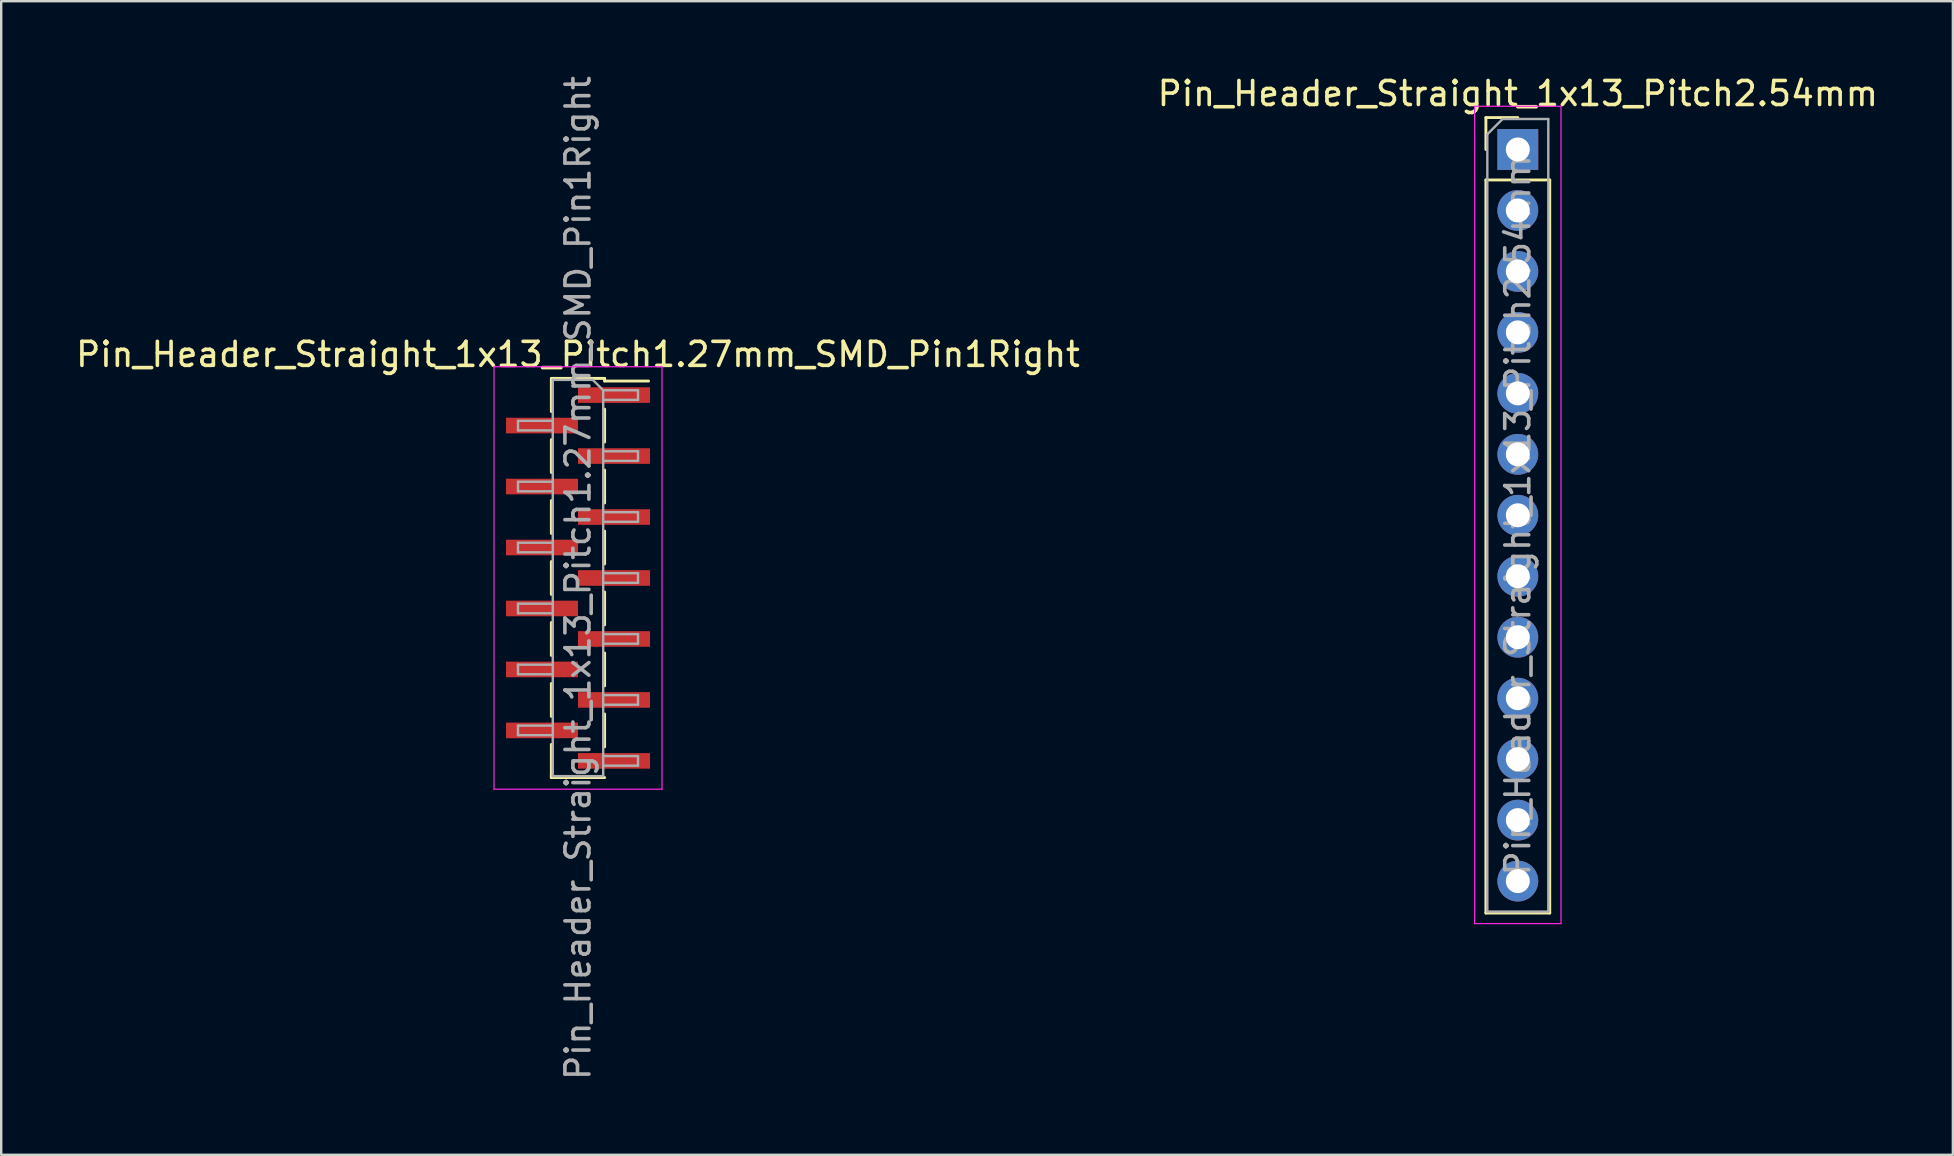
<source format=kicad_pcb>
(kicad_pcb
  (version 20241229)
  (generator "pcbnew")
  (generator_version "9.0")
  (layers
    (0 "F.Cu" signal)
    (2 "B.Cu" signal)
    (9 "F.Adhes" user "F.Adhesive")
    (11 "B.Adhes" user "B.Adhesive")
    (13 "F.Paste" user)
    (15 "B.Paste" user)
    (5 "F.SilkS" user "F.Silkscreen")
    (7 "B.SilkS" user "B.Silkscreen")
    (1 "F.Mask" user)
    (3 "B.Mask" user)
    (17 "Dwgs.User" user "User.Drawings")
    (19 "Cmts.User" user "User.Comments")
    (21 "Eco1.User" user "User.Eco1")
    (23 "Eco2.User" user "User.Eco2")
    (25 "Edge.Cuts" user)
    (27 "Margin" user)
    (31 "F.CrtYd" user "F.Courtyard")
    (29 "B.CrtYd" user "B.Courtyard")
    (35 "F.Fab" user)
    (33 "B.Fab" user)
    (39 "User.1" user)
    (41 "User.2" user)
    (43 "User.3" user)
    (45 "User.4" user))
  (footprint "Pin_Header_Straight_1x13_Pitch1.27mm_SMD_Pin1Right"
    (layer "F.Cu")
    (at 21.03 21.03)
    (property "Reference" "Pin_Header_Straight_1x13_Pitch1.27mm_SMD_Pin1Right" (at 0 -9.315 0) (layer "F.SilkS") (effects (font (size 1 1) (thickness 0.15))))
    (attr smd)
    (fp_line (start -1.11 -8.315) (end 1.11 -8.315) (stroke (width 0.12) (type solid)) (layer "F.SilkS"))
    (fp_line (start -1.11 -8.305) (end -1.11 -6.935) (stroke (width 0.12) (type solid)) (layer "F.SilkS"))
    (fp_line (start -1.11 -5.765) (end -1.11 -4.395) (stroke (width 0.12) (type solid)) (layer "F.SilkS"))
    (fp_line (start -1.11 -3.225) (end -1.11 -1.855) (stroke (width 0.12) (type solid)) (layer "F.SilkS"))
    (fp_line (start -1.11 -0.685) (end -1.11 0.685) (stroke (width 0.12) (type solid)) (layer "F.SilkS"))
    (fp_line (start -1.11 1.855) (end -1.11 3.225) (stroke (width 0.12) (type solid)) (layer "F.SilkS"))
    (fp_line (start -1.11 4.395) (end -1.11 5.765) (stroke (width 0.12) (type solid)) (layer "F.SilkS"))
    (fp_line (start -1.11 6.935) (end -1.11 8.305) (stroke (width 0.12) (type solid)) (layer "F.SilkS"))
    (fp_line (start -1.11 8.205) (end -1.11 8.315) (stroke (width 0.12) (type solid)) (layer "F.SilkS"))
    (fp_line (start -1.11 8.315) (end 1.11 8.315) (stroke (width 0.12) (type solid)) (layer "F.SilkS"))
    (fp_line (start 1.11 -8.315) (end 1.11 -8.205) (stroke (width 0.12) (type solid)) (layer "F.SilkS"))
    (fp_line (start 1.11 -8.205) (end 2.94 -8.205) (stroke (width 0.12) (type solid)) (layer "F.SilkS"))
    (fp_line (start 1.11 -7.035) (end 1.11 -5.665) (stroke (width 0.12) (type solid)) (layer "F.SilkS"))
    (fp_line (start 1.11 -4.495) (end 1.11 -3.125) (stroke (width 0.12) (type solid)) (layer "F.SilkS"))
    (fp_line (start 1.11 -1.955) (end 1.11 -0.585) (stroke (width 0.12) (type solid)) (layer "F.SilkS"))
    (fp_line (start 1.11 0.585) (end 1.11 1.955) (stroke (width 0.12) (type solid)) (layer "F.SilkS"))
    (fp_line (start 1.11 3.125) (end 1.11 4.495) (stroke (width 0.12) (type solid)) (layer "F.SilkS"))
    (fp_line (start 1.11 5.665) (end 1.11 7.035) (stroke (width 0.12) (type solid)) (layer "F.SilkS"))
    (fp_line (start -3.5 -8.8) (end -3.5 8.8) (stroke (width 0.05) (type solid)) (layer "F.CrtYd"))
    (fp_line (start -3.5 8.8) (end 3.5 8.8) (stroke (width 0.05) (type solid)) (layer "F.CrtYd"))
    (fp_line (start 3.5 -8.8) (end -3.5 -8.8) (stroke (width 0.05) (type solid)) (layer "F.CrtYd"))
    (fp_line (start 3.5 8.8) (end 3.5 -8.8) (stroke (width 0.05) (type solid)) (layer "F.CrtYd"))
    (fp_line (start -2.5 -6.55) (end -2.5 -6.15) (stroke (width 0.1) (type solid)) (layer "F.Fab"))
    (fp_line (start -2.5 -6.15) (end -1.05 -6.15) (stroke (width 0.1) (type solid)) (layer "F.Fab"))
    (fp_line (start -2.5 -4.01) (end -2.5 -3.61) (stroke (width 0.1) (type solid)) (layer "F.Fab"))
    (fp_line (start -2.5 -3.61) (end -1.05 -3.61) (stroke (width 0.1) (type solid)) (layer "F.Fab"))
    (fp_line (start -2.5 -1.47) (end -2.5 -1.07) (stroke (width 0.1) (type solid)) (layer "F.Fab"))
    (fp_line (start -2.5 -1.07) (end -1.05 -1.07) (stroke (width 0.1) (type solid)) (layer "F.Fab"))
    (fp_line (start -2.5 1.07) (end -2.5 1.47) (stroke (width 0.1) (type solid)) (layer "F.Fab"))
    (fp_line (start -2.5 1.47) (end -1.05 1.47) (stroke (width 0.1) (type solid)) (layer "F.Fab"))
    (fp_line (start -2.5 3.61) (end -2.5 4.01) (stroke (width 0.1) (type solid)) (layer "F.Fab"))
    (fp_line (start -2.5 4.01) (end -1.05 4.01) (stroke (width 0.1) (type solid)) (layer "F.Fab"))
    (fp_line (start -2.5 6.15) (end -2.5 6.55) (stroke (width 0.1) (type solid)) (layer "F.Fab"))
    (fp_line (start -2.5 6.55) (end -1.05 6.55) (stroke (width 0.1) (type solid)) (layer "F.Fab"))
    (fp_line (start -1.05 -8.255) (end -1.05 8.255) (stroke (width 0.1) (type solid)) (layer "F.Fab"))
    (fp_line (start -1.05 -8.255) (end 0.615 -8.255) (stroke (width 0.1) (type solid)) (layer "F.Fab"))
    (fp_line (start -1.05 -6.55) (end -2.5 -6.55) (stroke (width 0.1) (type solid)) (layer "F.Fab"))
    (fp_line (start -1.05 -4.01) (end -2.5 -4.01) (stroke (width 0.1) (type solid)) (layer "F.Fab"))
    (fp_line (start -1.05 -1.47) (end -2.5 -1.47) (stroke (width 0.1) (type solid)) (layer "F.Fab"))
    (fp_line (start -1.05 1.07) (end -2.5 1.07) (stroke (width 0.1) (type solid)) (layer "F.Fab"))
    (fp_line (start -1.05 3.61) (end -2.5 3.61) (stroke (width 0.1) (type solid)) (layer "F.Fab"))
    (fp_line (start -1.05 6.15) (end -2.5 6.15) (stroke (width 0.1) (type solid)) (layer "F.Fab"))
    (fp_line (start 1.05 -7.82) (end 0.615 -8.255) (stroke (width 0.1) (type solid)) (layer "F.Fab"))
    (fp_line (start 1.05 -7.82) (end 2.5 -7.82) (stroke (width 0.1) (type solid)) (layer "F.Fab"))
    (fp_line (start 1.05 -5.28) (end 2.5 -5.28) (stroke (width 0.1) (type solid)) (layer "F.Fab"))
    (fp_line (start 1.05 -2.74) (end 2.5 -2.74) (stroke (width 0.1) (type solid)) (layer "F.Fab"))
    (fp_line (start 1.05 -0.2) (end 2.5 -0.2) (stroke (width 0.1) (type solid)) (layer "F.Fab"))
    (fp_line (start 1.05 2.34) (end 2.5 2.34) (stroke (width 0.1) (type solid)) (layer "F.Fab"))
    (fp_line (start 1.05 4.88) (end 2.5 4.88) (stroke (width 0.1) (type solid)) (layer "F.Fab"))
    (fp_line (start 1.05 7.42) (end 2.5 7.42) (stroke (width 0.1) (type solid)) (layer "F.Fab"))
    (fp_line (start 1.05 8.255) (end -1.05 8.255) (stroke (width 0.1) (type solid)) (layer "F.Fab"))
    (fp_line (start 1.05 8.255) (end 1.05 -7.82) (stroke (width 0.1) (type solid)) (layer "F.Fab"))
    (fp_line (start 2.5 -7.82) (end 2.5 -7.42) (stroke (width 0.1) (type solid)) (layer "F.Fab"))
    (fp_line (start 2.5 -7.42) (end 1.05 -7.42) (stroke (width 0.1) (type solid)) (layer "F.Fab"))
    (fp_line (start 2.5 -5.28) (end 2.5 -4.88) (stroke (width 0.1) (type solid)) (layer "F.Fab"))
    (fp_line (start 2.5 -4.88) (end 1.05 -4.88) (stroke (width 0.1) (type solid)) (layer "F.Fab"))
    (fp_line (start 2.5 -2.74) (end 2.5 -2.34) (stroke (width 0.1) (type solid)) (layer "F.Fab"))
    (fp_line (start 2.5 -2.34) (end 1.05 -2.34) (stroke (width 0.1) (type solid)) (layer "F.Fab"))
    (fp_line (start 2.5 -0.2) (end 2.5 0.2) (stroke (width 0.1) (type solid)) (layer "F.Fab"))
    (fp_line (start 2.5 0.2) (end 1.05 0.2) (stroke (width 0.1) (type solid)) (layer "F.Fab"))
    (fp_line (start 2.5 2.34) (end 2.5 2.74) (stroke (width 0.1) (type solid)) (layer "F.Fab"))
    (fp_line (start 2.5 2.74) (end 1.05 2.74) (stroke (width 0.1) (type solid)) (layer "F.Fab"))
    (fp_line (start 2.5 4.88) (end 2.5 5.28) (stroke (width 0.1) (type solid)) (layer "F.Fab"))
    (fp_line (start 2.5 5.28) (end 1.05 5.28) (stroke (width 0.1) (type solid)) (layer "F.Fab"))
    (fp_line (start 2.5 7.42) (end 2.5 7.82) (stroke (width 0.1) (type solid)) (layer "F.Fab"))
    (fp_line (start 2.5 7.82) (end 1.05 7.82) (stroke (width 0.1) (type solid)) (layer "F.Fab"))
    (fp_text user "${REFERENCE}" (at 0 0 90) (layer "F.Fab") (effects (font (size 1 1) (thickness 0.15))))
    (pad "1" smd rect (at 1.5 -7.62) (size 3 0.65) (layers "F.Cu" "F.Mask" "F.Paste"))
    (pad "2" smd rect (at -1.5 -6.35) (size 3 0.65) (layers "F.Cu" "F.Mask" "F.Paste"))
    (pad "3" smd rect (at 1.5 -5.08) (size 3 0.65) (layers "F.Cu" "F.Mask" "F.Paste"))
    (pad "4" smd rect (at -1.5 -3.81) (size 3 0.65) (layers "F.Cu" "F.Mask" "F.Paste"))
    (pad "5" smd rect (at 1.5 -2.54) (size 3 0.65) (layers "F.Cu" "F.Mask" "F.Paste"))
    (pad "6" smd rect (at -1.5 -1.27) (size 3 0.65) (layers "F.Cu" "F.Mask" "F.Paste"))
    (pad "7" smd rect (at 1.5 0) (size 3 0.65) (layers "F.Cu" "F.Mask" "F.Paste"))
    (pad "8" smd rect (at -1.5 1.27) (size 3 0.65) (layers "F.Cu" "F.Mask" "F.Paste"))
    (pad "9" smd rect (at 1.5 2.54) (size 3 0.65) (layers "F.Cu" "F.Mask" "F.Paste"))
    (pad "10" smd rect (at -1.5 3.81) (size 3 0.65) (layers "F.Cu" "F.Mask" "F.Paste"))
    (pad "11" smd rect (at 1.5 5.08) (size 3 0.65) (layers "F.Cu" "F.Mask" "F.Paste"))
    (pad "12" smd rect (at -1.5 6.35) (size 3 0.65) (layers "F.Cu" "F.Mask" "F.Paste"))
    (pad "13" smd rect (at 1.5 7.62) (size 3 0.65) (layers "F.Cu" "F.Mask" "F.Paste")))
  (footprint "Pin_Header_Straight_1x13_Pitch2.54mm"
    (layer "F.Cu")
    (at 60.185 3.178)
    (property "Reference" "Pin_Header_Straight_1x13_Pitch2.54mm" (at 0 -2.33 0) (layer "F.SilkS") (effects (font (size 1 1) (thickness 0.15))))
    (attr through_hole)
    (fp_line (start -1.33 -1.33) (end 0 -1.33) (stroke (width 0.12) (type solid)) (layer "F.SilkS"))
    (fp_line (start -1.33 0) (end -1.33 -1.33) (stroke (width 0.12) (type solid)) (layer "F.SilkS"))
    (fp_line (start -1.33 1.27) (end -1.33 31.81) (stroke (width 0.12) (type solid)) (layer "F.SilkS"))
    (fp_line (start -1.33 1.27) (end 1.33 1.27) (stroke (width 0.12) (type solid)) (layer "F.SilkS"))
    (fp_line (start -1.33 31.81) (end 1.33 31.81) (stroke (width 0.12) (type solid)) (layer "F.SilkS"))
    (fp_line (start 1.33 1.27) (end 1.33 31.81) (stroke (width 0.12) (type solid)) (layer "F.SilkS"))
    (fp_line (start -1.8 -1.8) (end -1.8 32.25) (stroke (width 0.05) (type solid)) (layer "F.CrtYd"))
    (fp_line (start -1.8 32.25) (end 1.8 32.25) (stroke (width 0.05) (type solid)) (layer "F.CrtYd"))
    (fp_line (start 1.8 -1.8) (end -1.8 -1.8) (stroke (width 0.05) (type solid)) (layer "F.CrtYd"))
    (fp_line (start 1.8 32.25) (end 1.8 -1.8) (stroke (width 0.05) (type solid)) (layer "F.CrtYd"))
    (fp_line (start -1.27 -0.635) (end -0.635 -1.27) (stroke (width 0.1) (type solid)) (layer "F.Fab"))
    (fp_line (start -1.27 31.75) (end -1.27 -0.635) (stroke (width 0.1) (type solid)) (layer "F.Fab"))
    (fp_line (start -0.635 -1.27) (end 1.27 -1.27) (stroke (width 0.1) (type solid)) (layer "F.Fab"))
    (fp_line (start 1.27 -1.27) (end 1.27 31.75) (stroke (width 0.1) (type solid)) (layer "F.Fab"))
    (fp_line (start 1.27 31.75) (end -1.27 31.75) (stroke (width 0.1) (type solid)) (layer "F.Fab"))
    (fp_text user "${REFERENCE}" (at 0 15.24 90) (layer "F.Fab") (effects (font (size 1 1) (thickness 0.15))))
    (pad "1" thru_hole rect (at 0 0) (size 1.7 1.7) (drill 1) (layers "*.Cu" "*.Mask"))
    (pad "2" thru_hole oval (at 0 2.54) (size 1.7 1.7) (drill 1) (layers "*.Cu" "*.Mask"))
    (pad "3" thru_hole oval (at 0 5.08) (size 1.7 1.7) (drill 1) (layers "*.Cu" "*.Mask"))
    (pad "4" thru_hole oval (at 0 7.62) (size 1.7 1.7) (drill 1) (layers "*.Cu" "*.Mask"))
    (pad "5" thru_hole oval (at 0 10.16) (size 1.7 1.7) (drill 1) (layers "*.Cu" "*.Mask"))
    (pad "6" thru_hole oval (at 0 12.7) (size 1.7 1.7) (drill 1) (layers "*.Cu" "*.Mask"))
    (pad "7" thru_hole oval (at 0 15.24) (size 1.7 1.7) (drill 1) (layers "*.Cu" "*.Mask"))
    (pad "8" thru_hole oval (at 0 17.78) (size 1.7 1.7) (drill 1) (layers "*.Cu" "*.Mask"))
    (pad "9" thru_hole oval (at 0 20.32) (size 1.7 1.7) (drill 1) (layers "*.Cu" "*.Mask"))
    (pad "10" thru_hole oval (at 0 22.86) (size 1.7 1.7) (drill 1) (layers "*.Cu" "*.Mask"))
    (pad "11" thru_hole oval (at 0 25.4) (size 1.7 1.7) (drill 1) (layers "*.Cu" "*.Mask"))
    (pad "12" thru_hole oval (at 0 27.94) (size 1.7 1.7) (drill 1) (layers "*.Cu" "*.Mask"))
    (pad "13" thru_hole oval (at 0 30.48) (size 1.7 1.7) (drill 1) (layers "*.Cu" "*.Mask")))
  (gr_rect
    (start -3 -3)
    (end 78.31 45.06)
    (stroke (width 0.1) (type default))
    (fill no)
    (layer "Edge.Cuts")))
</source>
